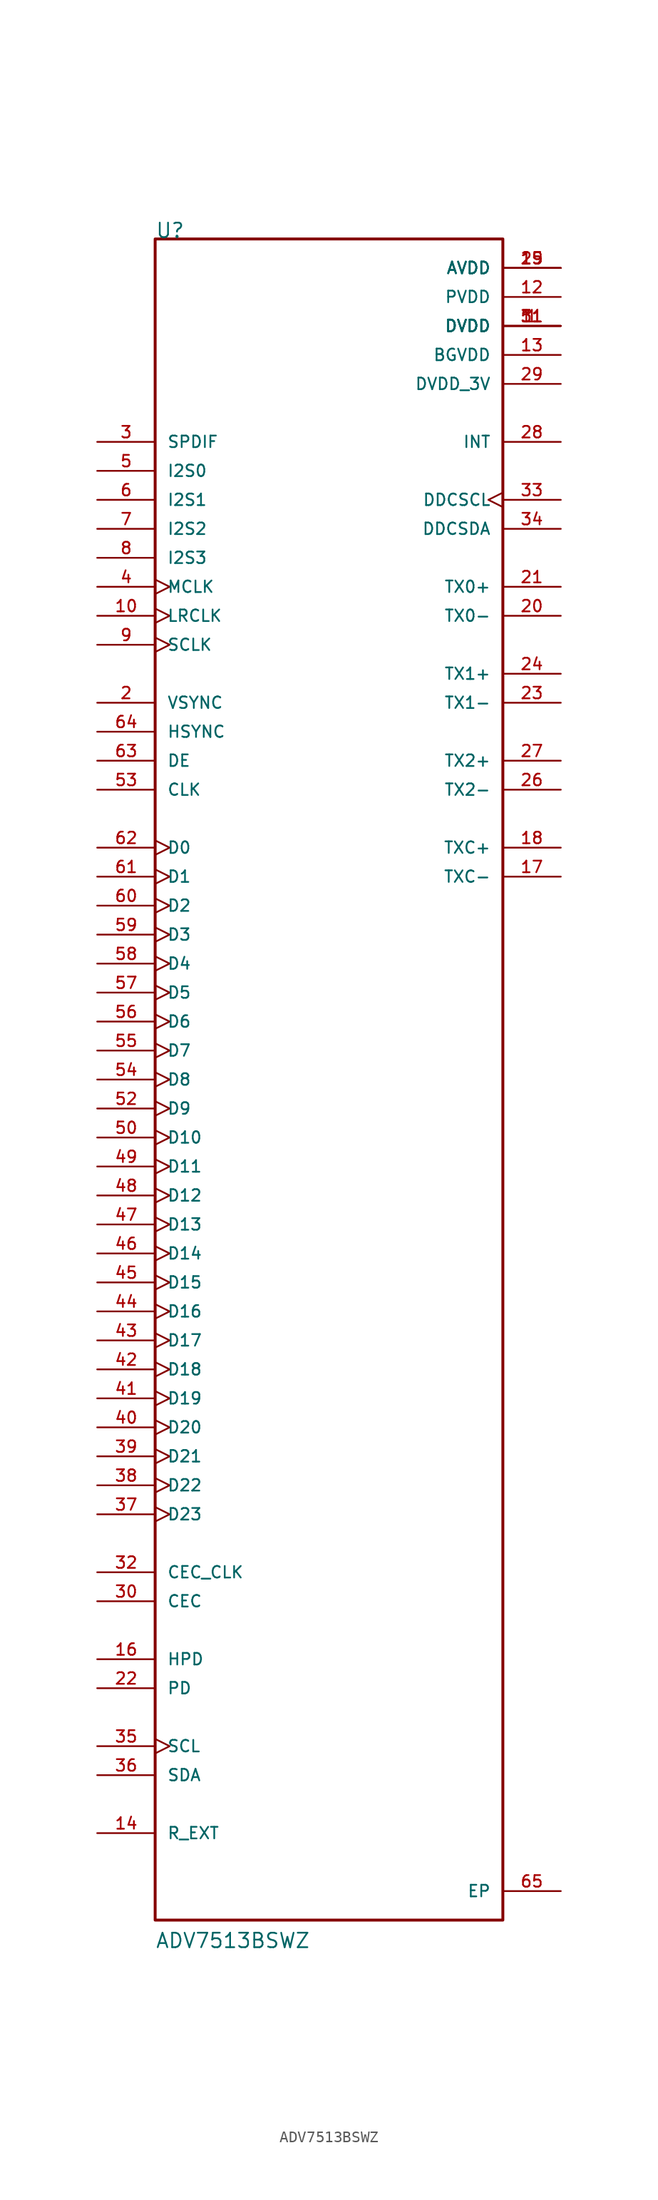
<source format=kicad_sym>
(kicad_symbol_lib
  (version 20231120)
  (generator "kicad_symbol_editor")
  (generator_version "8.0")
  (symbol "ADV7513BSWZ"
    (pin_names
      (offset 1.016))
    (property "Reference" "U"
      (at -15.24 73.66 0)
      (effects (font (size 1.27 1.27)) (justify left bottom)))
    (property "Value" "ADV7513BSWZ"
      (at -15.24 -76.2 0)
      (effects (font (size 1.27 1.27)) (justify left bottom)))
    (symbol "ADV7513BSWZ_0_0"
      (pin power_in line (at 20.32 66.04 180) (length 5.08) (name "DVDD" (effects (font (size 1.016 1.016)))) (number "1" (effects (font (size 1.016 1.016)))))
      (pin input clock (at -20.32 40.64 0) (length 5.08) (name "LRCLK" (effects (font (size 1.016 1.016)))) (number "10" (effects (font (size 1.016 1.016)))))
      (pin power_in line (at 20.32 66.04 180) (length 5.08) (name "DVDD" (effects (font (size 1.016 1.016)))) (number "11" (effects (font (size 1.016 1.016)))))
      (pin power_in line (at 20.32 68.58 180) (length 5.08) (name "PVDD" (effects (font (size 1.016 1.016)))) (number "12" (effects (font (size 1.016 1.016)))))
      (pin power_in line (at 20.32 63.5 180) (length 5.08) (name "BGVDD" (effects (font (size 1.016 1.016)))) (number "13" (effects (font (size 1.016 1.016)))))
      (pin bidirectional line (at -20.32 -66.04 0) (length 5.08) (name "R_EXT" (effects (font (size 1.016 1.016)))) (number "14" (effects (font (size 1.016 1.016)))))
      (pin power_in line (at 20.32 71.12 180) (length 5.08) (name "AVDD" (effects (font (size 1.016 1.016)))) (number "15" (effects (font (size 1.016 1.016)))))
      (pin input line (at -20.32 -50.8 0) (length 5.08) (name "HPD" (effects (font (size 1.016 1.016)))) (number "16" (effects (font (size 1.016 1.016)))))
      (pin output line (at 20.32 17.78 180) (length 5.08) (name "TXC−" (effects (font (size 1.016 1.016)))) (number "17" (effects (font (size 1.016 1.016)))))
      (pin output line (at 20.32 20.32 180) (length 5.08) (name "TXC+" (effects (font (size 1.016 1.016)))) (number "18" (effects (font (size 1.016 1.016)))))
      (pin power_in line (at 20.32 71.12 180) (length 5.08) (name "AVDD" (effects (font (size 1.016 1.016)))) (number "19" (effects (font (size 1.016 1.016)))))
      (pin input line (at -20.32 33.02 0) (length 5.08) (name "VSYNC" (effects (font (size 1.016 1.016)))) (number "2" (effects (font (size 1.016 1.016)))))
      (pin output line (at 20.32 40.64 180) (length 5.08) (name "TX0−" (effects (font (size 1.016 1.016)))) (number "20" (effects (font (size 1.016 1.016)))))
      (pin output line (at 20.32 43.18 180) (length 5.08) (name "TX0+" (effects (font (size 1.016 1.016)))) (number "21" (effects (font (size 1.016 1.016)))))
      (pin input line (at -20.32 -53.34 0) (length 5.08) (name "PD" (effects (font (size 1.016 1.016)))) (number "22" (effects (font (size 1.016 1.016)))))
      (pin output line (at 20.32 33.02 180) (length 5.08) (name "TX1−" (effects (font (size 1.016 1.016)))) (number "23" (effects (font (size 1.016 1.016)))))
      (pin output line (at 20.32 35.56 180) (length 5.08) (name "TX1+" (effects (font (size 1.016 1.016)))) (number "24" (effects (font (size 1.016 1.016)))))
      (pin power_in line (at 20.32 71.12 180) (length 5.08) (name "AVDD" (effects (font (size 1.016 1.016)))) (number "25" (effects (font (size 1.016 1.016)))))
      (pin output line (at 20.32 25.4 180) (length 5.08) (name "TX2−" (effects (font (size 1.016 1.016)))) (number "26" (effects (font (size 1.016 1.016)))))
      (pin output line (at 20.32 27.94 180) (length 5.08) (name "TX2+" (effects (font (size 1.016 1.016)))) (number "27" (effects (font (size 1.016 1.016)))))
      (pin output line (at 20.32 55.88 180) (length 5.08) (name "INT" (effects (font (size 1.016 1.016)))) (number "28" (effects (font (size 1.016 1.016)))))
      (pin power_in line (at 20.32 60.96 180) (length 5.08) (name "DVDD_3V" (effects (font (size 1.016 1.016)))) (number "29" (effects (font (size 1.016 1.016)))))
      (pin input line (at -20.32 55.88 0) (length 5.08) (name "SPDIF" (effects (font (size 1.016 1.016)))) (number "3" (effects (font (size 1.016 1.016)))))
      (pin bidirectional line (at -20.32 -45.72 0) (length 5.08) (name "CEC" (effects (font (size 1.016 1.016)))) (number "30" (effects (font (size 1.016 1.016)))))
      (pin power_in line (at 20.32 66.04 180) (length 5.08) (name "DVDD" (effects (font (size 1.016 1.016)))) (number "31" (effects (font (size 1.016 1.016)))))
      (pin input line (at -20.32 -43.18 0) (length 5.08) (name "CEC_CLK" (effects (font (size 1.016 1.016)))) (number "32" (effects (font (size 1.016 1.016)))))
      (pin output clock (at 20.32 50.8 180) (length 5.08) (name "DDCSCL" (effects (font (size 1.016 1.016)))) (number "33" (effects (font (size 1.016 1.016)))))
      (pin bidirectional line (at 20.32 48.26 180) (length 5.08) (name "DDCSDA" (effects (font (size 1.016 1.016)))) (number "34" (effects (font (size 1.016 1.016)))))
      (pin input clock (at -20.32 -58.42 0) (length 5.08) (name "SCL" (effects (font (size 1.016 1.016)))) (number "35" (effects (font (size 1.016 1.016)))))
      (pin bidirectional line (at -20.32 -60.96 0) (length 5.08) (name "SDA" (effects (font (size 1.016 1.016)))) (number "36" (effects (font (size 1.016 1.016)))))
      (pin input clock (at -20.32 -38.1 0) (length 5.08) (name "D23" (effects (font (size 1.016 1.016)))) (number "37" (effects (font (size 1.016 1.016)))))
      (pin input clock (at -20.32 -35.56 0) (length 5.08) (name "D22" (effects (font (size 1.016 1.016)))) (number "38" (effects (font (size 1.016 1.016)))))
      (pin input clock (at -20.32 -33.02 0) (length 5.08) (name "D21" (effects (font (size 1.016 1.016)))) (number "39" (effects (font (size 1.016 1.016)))))
      (pin input clock (at -20.32 43.18 0) (length 5.08) (name "MCLK" (effects (font (size 1.016 1.016)))) (number "4" (effects (font (size 1.016 1.016)))))
      (pin input clock (at -20.32 -30.48 0) (length 5.08) (name "D20" (effects (font (size 1.016 1.016)))) (number "40" (effects (font (size 1.016 1.016)))))
      (pin input clock (at -20.32 -27.94 0) (length 5.08) (name "D19" (effects (font (size 1.016 1.016)))) (number "41" (effects (font (size 1.016 1.016)))))
      (pin input clock (at -20.32 -25.4 0) (length 5.08) (name "D18" (effects (font (size 1.016 1.016)))) (number "42" (effects (font (size 1.016 1.016)))))
      (pin input clock (at -20.32 -22.86 0) (length 5.08) (name "D17" (effects (font (size 1.016 1.016)))) (number "43" (effects (font (size 1.016 1.016)))))
      (pin input clock (at -20.32 -20.32 0) (length 5.08) (name "D16" (effects (font (size 1.016 1.016)))) (number "44" (effects (font (size 1.016 1.016)))))
      (pin input clock (at -20.32 -17.78 0) (length 5.08) (name "D15" (effects (font (size 1.016 1.016)))) (number "45" (effects (font (size 1.016 1.016)))))
      (pin input clock (at -20.32 -15.24 0) (length 5.08) (name "D14" (effects (font (size 1.016 1.016)))) (number "46" (effects (font (size 1.016 1.016)))))
      (pin input clock (at -20.32 -12.7 0) (length 5.08) (name "D13" (effects (font (size 1.016 1.016)))) (number "47" (effects (font (size 1.016 1.016)))))
      (pin input clock (at -20.32 -10.16 0) (length 5.08) (name "D12" (effects (font (size 1.016 1.016)))) (number "48" (effects (font (size 1.016 1.016)))))
      (pin input clock (at -20.32 -7.62 0) (length 5.08) (name "D11" (effects (font (size 1.016 1.016)))) (number "49" (effects (font (size 1.016 1.016)))))
      (pin input line (at -20.32 53.34 0) (length 5.08) (name "I2S0" (effects (font (size 1.016 1.016)))) (number "5" (effects (font (size 1.016 1.016)))))
      (pin input clock (at -20.32 -5.08 0) (length 5.08) (name "D10" (effects (font (size 1.016 1.016)))) (number "50" (effects (font (size 1.016 1.016)))))
      (pin power_in line (at 20.32 66.04 180) (length 5.08) (name "DVDD" (effects (font (size 1.016 1.016)))) (number "51" (effects (font (size 1.016 1.016)))))
      (pin input clock (at -20.32 -2.54 0) (length 5.08) (name "D9" (effects (font (size 1.016 1.016)))) (number "52" (effects (font (size 1.016 1.016)))))
      (pin input line (at -20.32 25.4 0) (length 5.08) (name "CLK" (effects (font (size 1.016 1.016)))) (number "53" (effects (font (size 1.016 1.016)))))
      (pin input clock (at -20.32 0 0) (length 5.08) (name "D8" (effects (font (size 1.016 1.016)))) (number "54" (effects (font (size 1.016 1.016)))))
      (pin input clock (at -20.32 2.54 0) (length 5.08) (name "D7" (effects (font (size 1.016 1.016)))) (number "55" (effects (font (size 1.016 1.016)))))
      (pin input clock (at -20.32 5.08 0) (length 5.08) (name "D6" (effects (font (size 1.016 1.016)))) (number "56" (effects (font (size 1.016 1.016)))))
      (pin input clock (at -20.32 7.62 0) (length 5.08) (name "D5" (effects (font (size 1.016 1.016)))) (number "57" (effects (font (size 1.016 1.016)))))
      (pin input clock (at -20.32 10.16 0) (length 5.08) (name "D4" (effects (font (size 1.016 1.016)))) (number "58" (effects (font (size 1.016 1.016)))))
      (pin input clock (at -20.32 12.7 0) (length 5.08) (name "D3" (effects (font (size 1.016 1.016)))) (number "59" (effects (font (size 1.016 1.016)))))
      (pin input line (at -20.32 50.8 0) (length 5.08) (name "I2S1" (effects (font (size 1.016 1.016)))) (number "6" (effects (font (size 1.016 1.016)))))
      (pin input clock (at -20.32 15.24 0) (length 5.08) (name "D2" (effects (font (size 1.016 1.016)))) (number "60" (effects (font (size 1.016 1.016)))))
      (pin input clock (at -20.32 17.78 0) (length 5.08) (name "D1" (effects (font (size 1.016 1.016)))) (number "61" (effects (font (size 1.016 1.016)))))
      (pin input clock (at -20.32 20.32 0) (length 5.08) (name "D0" (effects (font (size 1.016 1.016)))) (number "62" (effects (font (size 1.016 1.016)))))
      (pin input line (at -20.32 27.94 0) (length 5.08) (name "DE" (effects (font (size 1.016 1.016)))) (number "63" (effects (font (size 1.016 1.016)))))
      (pin input line (at -20.32 30.48 0) (length 5.08) (name "HSYNC" (effects (font (size 1.016 1.016)))) (number "64" (effects (font (size 1.016 1.016)))))
      (pin power_in line (at 20.32 -71.12 180) (length 5.08) (name "EP" (effects (font (size 1.016 1.016)))) (number "65" (effects (font (size 1.016 1.016)))))
      (pin input line (at -20.32 48.26 0) (length 5.08) (name "I2S2" (effects (font (size 1.016 1.016)))) (number "7" (effects (font (size 1.016 1.016)))))
      (pin input line (at -20.32 45.72 0) (length 5.08) (name "I2S3" (effects (font (size 1.016 1.016)))) (number "8" (effects (font (size 1.016 1.016)))))
      (pin input clock (at -20.32 38.1 0) (length 5.08) (name "SCLK" (effects (font (size 1.016 1.016)))) (number "9" (effects (font (size 1.016 1.016))))))
    (symbol "ADV7513BSWZ_1_0"
      (rectangle (start -15.24 73.66) (end 15.24 -73.66) (stroke (width 0.254) (type default)) (fill (type none))))))
</source>
